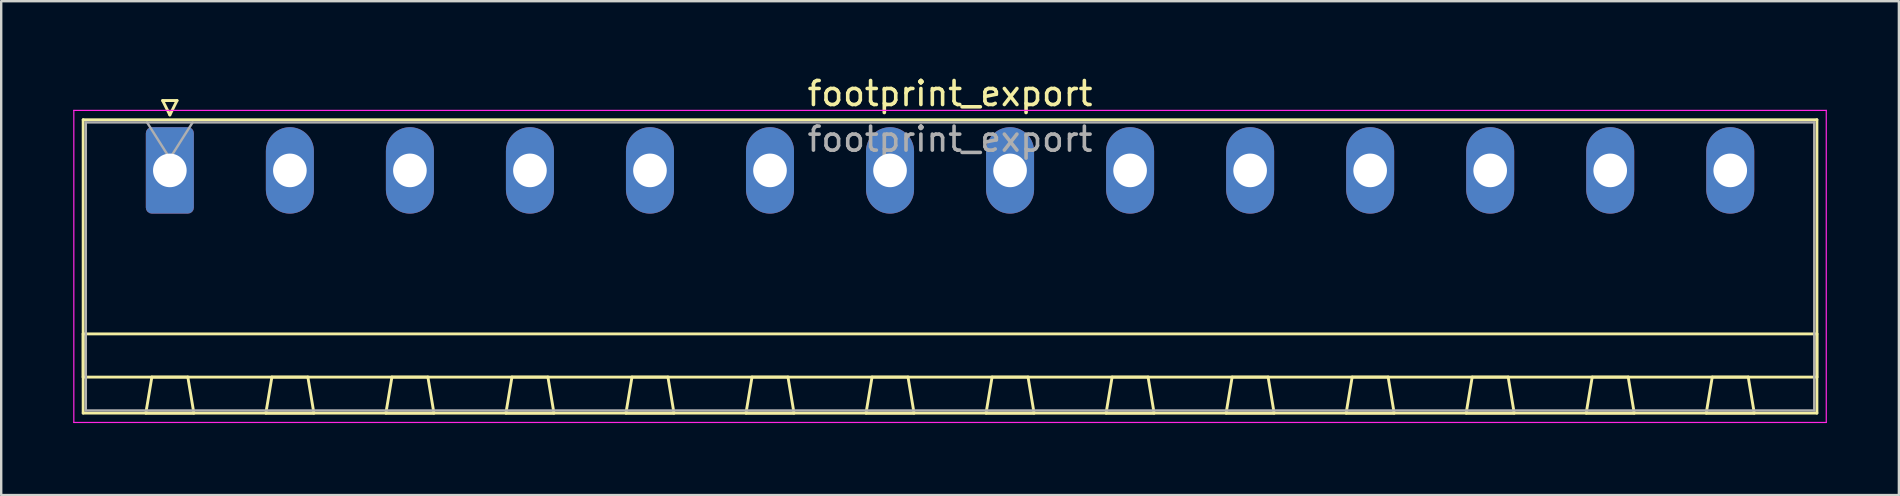
<source format=kicad_pcb>
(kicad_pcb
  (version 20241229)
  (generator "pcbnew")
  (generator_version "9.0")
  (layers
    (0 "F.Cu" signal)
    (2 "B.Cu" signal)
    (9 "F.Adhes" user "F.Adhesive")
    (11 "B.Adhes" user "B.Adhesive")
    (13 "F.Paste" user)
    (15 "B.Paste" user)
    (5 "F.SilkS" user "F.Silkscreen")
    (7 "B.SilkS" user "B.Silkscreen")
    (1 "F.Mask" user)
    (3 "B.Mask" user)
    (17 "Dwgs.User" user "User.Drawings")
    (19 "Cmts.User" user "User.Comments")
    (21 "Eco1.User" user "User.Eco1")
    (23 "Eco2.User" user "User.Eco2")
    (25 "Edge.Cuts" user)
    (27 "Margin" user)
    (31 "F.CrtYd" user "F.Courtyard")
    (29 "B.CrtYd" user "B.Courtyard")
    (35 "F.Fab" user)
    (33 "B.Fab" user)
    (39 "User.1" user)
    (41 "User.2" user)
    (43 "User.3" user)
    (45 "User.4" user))
  (footprint "footprint_export"
    (layer "F.Cu")
    (at 4.025 4.048)
    (property "Reference" "footprint_export" (at 32.5 -3.2 0) (layer "F.SilkS") (effects (font (size 1 1) (thickness 0.15))))
    (attr through_hole)
    (fp_line (start -3.61 -2.11) (end -3.61 10.11) (stroke (width 0.12) (type solid)) (layer "F.SilkS"))
    (fp_line (start -3.61 6.81) (end 68.61 6.81) (stroke (width 0.12) (type solid)) (layer "F.SilkS"))
    (fp_line (start -3.61 8.61) (end -3.61 6.81) (stroke (width 0.12) (type solid)) (layer "F.SilkS"))
    (fp_line (start -3.61 10.11) (end 68.61 10.11) (stroke (width 0.12) (type solid)) (layer "F.SilkS"))
    (fp_line (start -1 10.11) (end 1 10.11) (stroke (width 0.12) (type solid)) (layer "F.SilkS"))
    (fp_line (start -0.75 8.61) (end -1 10.11) (stroke (width 0.12) (type solid)) (layer "F.SilkS"))
    (fp_line (start -0.3 -2.91) (end 0.3 -2.91) (stroke (width 0.12) (type solid)) (layer "F.SilkS"))
    (fp_line (start 0 -2.31) (end -0.3 -2.91) (stroke (width 0.12) (type solid)) (layer "F.SilkS"))
    (fp_line (start 0.3 -2.91) (end 0 -2.31) (stroke (width 0.12) (type solid)) (layer "F.SilkS"))
    (fp_line (start 0.75 8.61) (end -0.75 8.61) (stroke (width 0.12) (type solid)) (layer "F.SilkS"))
    (fp_line (start 1 10.11) (end 0.75 8.61) (stroke (width 0.12) (type solid)) (layer "F.SilkS"))
    (fp_line (start 4 10.11) (end 6 10.11) (stroke (width 0.12) (type solid)) (layer "F.SilkS"))
    (fp_line (start 4.25 8.61) (end 4 10.11) (stroke (width 0.12) (type solid)) (layer "F.SilkS"))
    (fp_line (start 5.75 8.61) (end 4.25 8.61) (stroke (width 0.12) (type solid)) (layer "F.SilkS"))
    (fp_line (start 6 10.11) (end 5.75 8.61) (stroke (width 0.12) (type solid)) (layer "F.SilkS"))
    (fp_line (start 9 10.11) (end 11 10.11) (stroke (width 0.12) (type solid)) (layer "F.SilkS"))
    (fp_line (start 9.25 8.61) (end 9 10.11) (stroke (width 0.12) (type solid)) (layer "F.SilkS"))
    (fp_line (start 10.75 8.61) (end 9.25 8.61) (stroke (width 0.12) (type solid)) (layer "F.SilkS"))
    (fp_line (start 11 10.11) (end 10.75 8.61) (stroke (width 0.12) (type solid)) (layer "F.SilkS"))
    (fp_line (start 14 10.11) (end 16 10.11) (stroke (width 0.12) (type solid)) (layer "F.SilkS"))
    (fp_line (start 14.25 8.61) (end 14 10.11) (stroke (width 0.12) (type solid)) (layer "F.SilkS"))
    (fp_line (start 15.75 8.61) (end 14.25 8.61) (stroke (width 0.12) (type solid)) (layer "F.SilkS"))
    (fp_line (start 16 10.11) (end 15.75 8.61) (stroke (width 0.12) (type solid)) (layer "F.SilkS"))
    (fp_line (start 19 10.11) (end 21 10.11) (stroke (width 0.12) (type solid)) (layer "F.SilkS"))
    (fp_line (start 19.25 8.61) (end 19 10.11) (stroke (width 0.12) (type solid)) (layer "F.SilkS"))
    (fp_line (start 20.75 8.61) (end 19.25 8.61) (stroke (width 0.12) (type solid)) (layer "F.SilkS"))
    (fp_line (start 21 10.11) (end 20.75 8.61) (stroke (width 0.12) (type solid)) (layer "F.SilkS"))
    (fp_line (start 24 10.11) (end 26 10.11) (stroke (width 0.12) (type solid)) (layer "F.SilkS"))
    (fp_line (start 24.25 8.61) (end 24 10.11) (stroke (width 0.12) (type solid)) (layer "F.SilkS"))
    (fp_line (start 25.75 8.61) (end 24.25 8.61) (stroke (width 0.12) (type solid)) (layer "F.SilkS"))
    (fp_line (start 26 10.11) (end 25.75 8.61) (stroke (width 0.12) (type solid)) (layer "F.SilkS"))
    (fp_line (start 29 10.11) (end 31 10.11) (stroke (width 0.12) (type solid)) (layer "F.SilkS"))
    (fp_line (start 29.25 8.61) (end 29 10.11) (stroke (width 0.12) (type solid)) (layer "F.SilkS"))
    (fp_line (start 30.75 8.61) (end 29.25 8.61) (stroke (width 0.12) (type solid)) (layer "F.SilkS"))
    (fp_line (start 31 10.11) (end 30.75 8.61) (stroke (width 0.12) (type solid)) (layer "F.SilkS"))
    (fp_line (start 34 10.11) (end 36 10.11) (stroke (width 0.12) (type solid)) (layer "F.SilkS"))
    (fp_line (start 34.25 8.61) (end 34 10.11) (stroke (width 0.12) (type solid)) (layer "F.SilkS"))
    (fp_line (start 35.75 8.61) (end 34.25 8.61) (stroke (width 0.12) (type solid)) (layer "F.SilkS"))
    (fp_line (start 36 10.11) (end 35.75 8.61) (stroke (width 0.12) (type solid)) (layer "F.SilkS"))
    (fp_line (start 39 10.11) (end 41 10.11) (stroke (width 0.12) (type solid)) (layer "F.SilkS"))
    (fp_line (start 39.25 8.61) (end 39 10.11) (stroke (width 0.12) (type solid)) (layer "F.SilkS"))
    (fp_line (start 40.75 8.61) (end 39.25 8.61) (stroke (width 0.12) (type solid)) (layer "F.SilkS"))
    (fp_line (start 41 10.11) (end 40.75 8.61) (stroke (width 0.12) (type solid)) (layer "F.SilkS"))
    (fp_line (start 44 10.11) (end 46 10.11) (stroke (width 0.12) (type solid)) (layer "F.SilkS"))
    (fp_line (start 44.25 8.61) (end 44 10.11) (stroke (width 0.12) (type solid)) (layer "F.SilkS"))
    (fp_line (start 45.75 8.61) (end 44.25 8.61) (stroke (width 0.12) (type solid)) (layer "F.SilkS"))
    (fp_line (start 46 10.11) (end 45.75 8.61) (stroke (width 0.12) (type solid)) (layer "F.SilkS"))
    (fp_line (start 49 10.11) (end 51 10.11) (stroke (width 0.12) (type solid)) (layer "F.SilkS"))
    (fp_line (start 49.25 8.61) (end 49 10.11) (stroke (width 0.12) (type solid)) (layer "F.SilkS"))
    (fp_line (start 50.75 8.61) (end 49.25 8.61) (stroke (width 0.12) (type solid)) (layer "F.SilkS"))
    (fp_line (start 51 10.11) (end 50.75 8.61) (stroke (width 0.12) (type solid)) (layer "F.SilkS"))
    (fp_line (start 54 10.11) (end 56 10.11) (stroke (width 0.12) (type solid)) (layer "F.SilkS"))
    (fp_line (start 54.25 8.61) (end 54 10.11) (stroke (width 0.12) (type solid)) (layer "F.SilkS"))
    (fp_line (start 55.75 8.61) (end 54.25 8.61) (stroke (width 0.12) (type solid)) (layer "F.SilkS"))
    (fp_line (start 56 10.11) (end 55.75 8.61) (stroke (width 0.12) (type solid)) (layer "F.SilkS"))
    (fp_line (start 59 10.11) (end 61 10.11) (stroke (width 0.12) (type solid)) (layer "F.SilkS"))
    (fp_line (start 59.25 8.61) (end 59 10.11) (stroke (width 0.12) (type solid)) (layer "F.SilkS"))
    (fp_line (start 60.75 8.61) (end 59.25 8.61) (stroke (width 0.12) (type solid)) (layer "F.SilkS"))
    (fp_line (start 61 10.11) (end 60.75 8.61) (stroke (width 0.12) (type solid)) (layer "F.SilkS"))
    (fp_line (start 64 10.11) (end 66 10.11) (stroke (width 0.12) (type solid)) (layer "F.SilkS"))
    (fp_line (start 64.25 8.61) (end 64 10.11) (stroke (width 0.12) (type solid)) (layer "F.SilkS"))
    (fp_line (start 65.75 8.61) (end 64.25 8.61) (stroke (width 0.12) (type solid)) (layer "F.SilkS"))
    (fp_line (start 66 10.11) (end 65.75 8.61) (stroke (width 0.12) (type solid)) (layer "F.SilkS"))
    (fp_line (start 68.61 -2.11) (end -3.61 -2.11) (stroke (width 0.12) (type solid)) (layer "F.SilkS"))
    (fp_line (start 68.61 6.81) (end 68.61 8.61) (stroke (width 0.12) (type solid)) (layer "F.SilkS"))
    (fp_line (start 68.61 8.61) (end -3.61 8.61) (stroke (width 0.12) (type solid)) (layer "F.SilkS"))
    (fp_line (start 68.61 10.11) (end 68.61 -2.11) (stroke (width 0.12) (type solid)) (layer "F.SilkS"))
    (fp_line (start -4 -2.5) (end -4 10.5) (stroke (width 0.05) (type solid)) (layer "F.CrtYd"))
    (fp_line (start -4 10.5) (end 69 10.5) (stroke (width 0.05) (type solid)) (layer "F.CrtYd"))
    (fp_line (start 69 -2.5) (end -4 -2.5) (stroke (width 0.05) (type solid)) (layer "F.CrtYd"))
    (fp_line (start 69 10.5) (end 69 -2.5) (stroke (width 0.05) (type solid)) (layer "F.CrtYd"))
    (fp_line (start -3.5 -2) (end -3.5 10) (stroke (width 0.1) (type solid)) (layer "F.Fab"))
    (fp_line (start -3.5 10) (end 68.5 10) (stroke (width 0.1) (type solid)) (layer "F.Fab"))
    (fp_line (start 0 -0.5) (end -0.95 -2) (stroke (width 0.1) (type solid)) (layer "F.Fab"))
    (fp_line (start 0.95 -2) (end 0 -0.5) (stroke (width 0.1) (type solid)) (layer "F.Fab"))
    (fp_line (start 68.5 -2) (end -3.5 -2) (stroke (width 0.1) (type solid)) (layer "F.Fab"))
    (fp_line (start 68.5 10) (end 68.5 -2) (stroke (width 0.1) (type solid)) (layer "F.Fab"))
    (fp_text user "${REFERENCE}" (at 32.5 -1.3 0) (layer "F.Fab") (effects (font (size 1 1) (thickness 0.15))))
    (pad "1" thru_hole roundrect (at 0 0) (size 2 3.6) (drill 1.4) (layers "*.Cu" "*.Mask") (roundrect_rratio 0.125))
    (pad "2" thru_hole oval (at 5 0) (size 2 3.6) (drill 1.4) (layers "*.Cu" "*.Mask"))
    (pad "3" thru_hole oval (at 10 0) (size 2 3.6) (drill 1.4) (layers "*.Cu" "*.Mask"))
    (pad "4" thru_hole oval (at 15 0) (size 2 3.6) (drill 1.4) (layers "*.Cu" "*.Mask"))
    (pad "5" thru_hole oval (at 20 0) (size 2 3.6) (drill 1.4) (layers "*.Cu" "*.Mask"))
    (pad "6" thru_hole oval (at 25 0) (size 2 3.6) (drill 1.4) (layers "*.Cu" "*.Mask"))
    (pad "7" thru_hole oval (at 30 0) (size 2 3.6) (drill 1.4) (layers "*.Cu" "*.Mask"))
    (pad "8" thru_hole oval (at 35 0) (size 2 3.6) (drill 1.4) (layers "*.Cu" "*.Mask"))
    (pad "9" thru_hole oval (at 40 0) (size 2 3.6) (drill 1.4) (layers "*.Cu" "*.Mask"))
    (pad "10" thru_hole oval (at 45 0) (size 2 3.6) (drill 1.4) (layers "*.Cu" "*.Mask"))
    (pad "11" thru_hole oval (at 50 0) (size 2 3.6) (drill 1.4) (layers "*.Cu" "*.Mask"))
    (pad "12" thru_hole oval (at 55 0) (size 2 3.6) (drill 1.4) (layers "*.Cu" "*.Mask"))
    (pad "13" thru_hole oval (at 60 0) (size 2 3.6) (drill 1.4) (layers "*.Cu" "*.Mask"))
    (pad "14" thru_hole oval (at 65 0) (size 2 3.6) (drill 1.4) (layers "*.Cu" "*.Mask")))
  (gr_rect
    (start -3 -3)
    (end 76.05 17.573)
    (stroke (width 0.1) (type default))
    (fill no)
    (layer "Edge.Cuts")))
</source>
